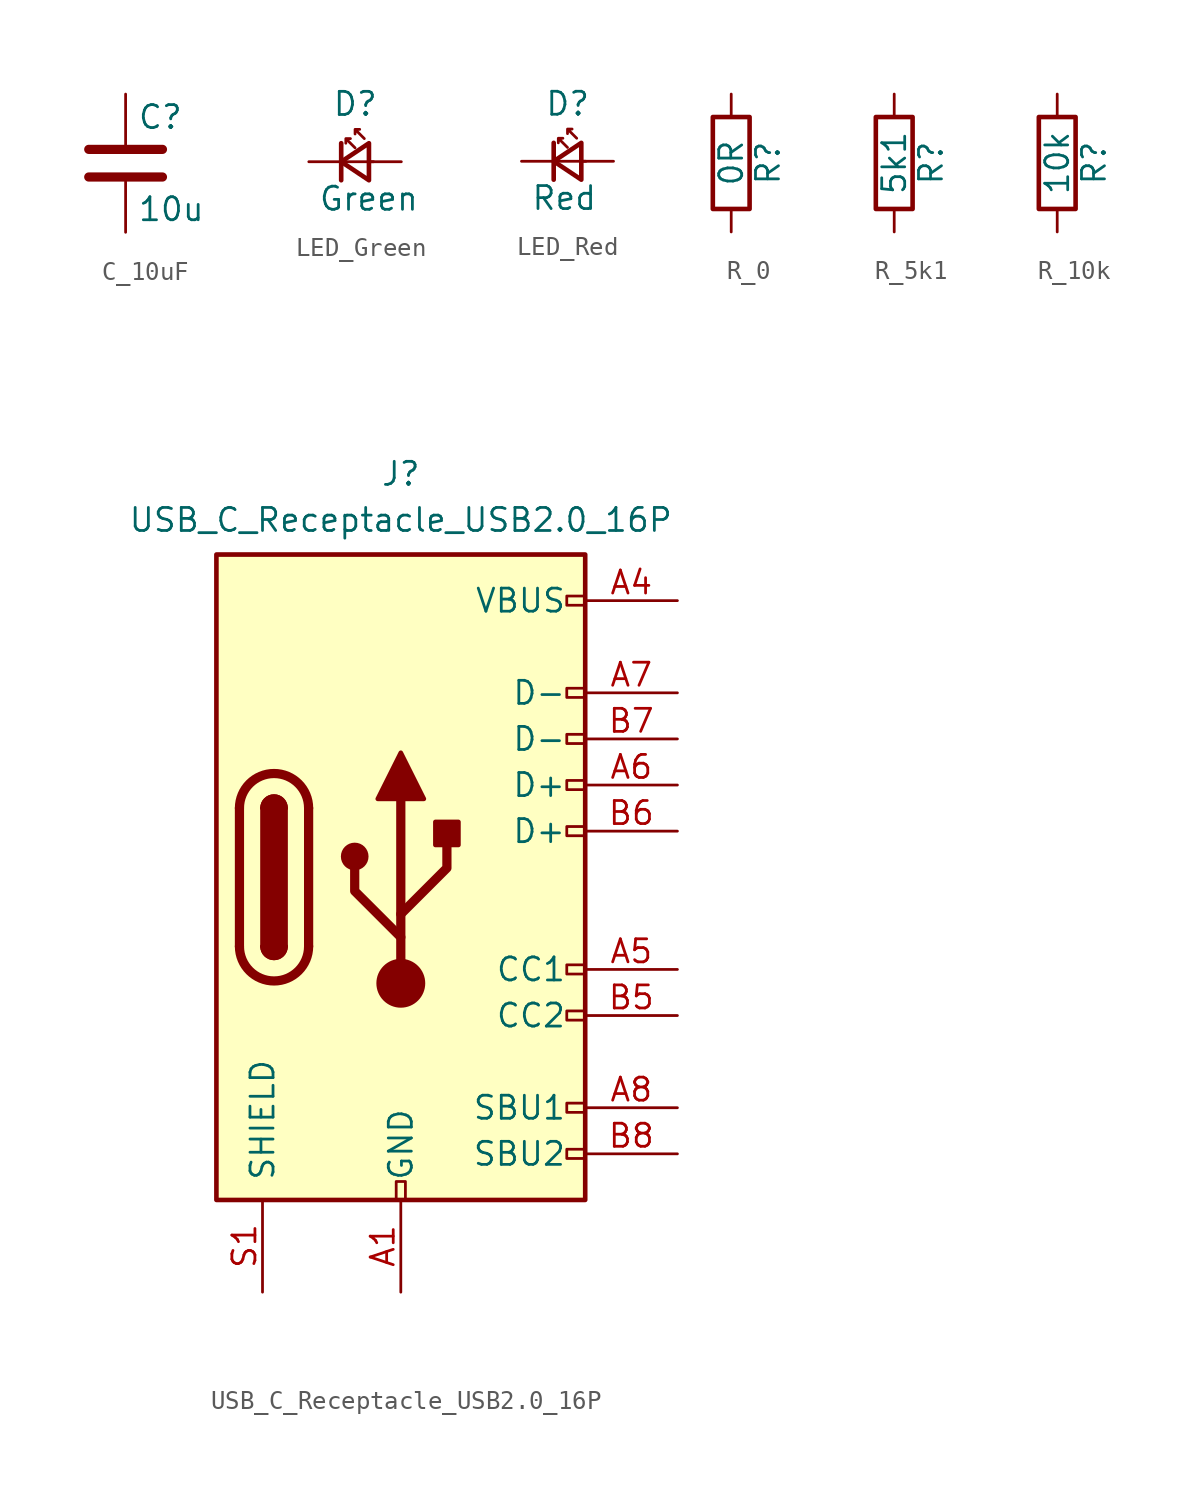
<source format=kicad_sym>
(kicad_symbol_lib
  (version 20241209)
  (generator "kicad_symbol_editor")
  (generator_version "9.0")
  (symbol "C_10uF"
    (pin_numbers
      (hide yes))
    (pin_names
      (offset 0.254))
    (property "Reference" "C"
      (at 0.635 2.54 0)
      (effects (font (size 1.27 1.27)) (justify left)))
    (property "Value" "10u"
      (at 0.635 -2.54 0)
      (effects (font (size 1.27 1.27)) (justify left)))
    (symbol "C_10uF_0_1"
      (polyline (pts (xy -2.032 0.762) (xy 2.032 0.762)) (stroke (width 0.508) (type default)) (fill (type none)))
      (polyline (pts (xy -2.032 -0.762) (xy 2.032 -0.762)) (stroke (width 0.508) (type default)) (fill (type none))))
    (symbol "C_10uF_1_1"
      (pin passive line (at 0 3.81 270) (length 2.794) (name "~" (effects (font (size 1.27 1.27)))) (number "1" (effects (font (size 1.27 1.27)))))
      (pin passive line (at 0 -3.81 90) (length 2.794) (name "~" (effects (font (size 1.27 1.27)))) (number "2" (effects (font (size 1.27 1.27)))))))
  (symbol "LED_Green"
    (pin_numbers
      (hide yes))
    (pin_names
      (offset 0.254)
      (hide yes))
    (property "Reference" "D"
      (at -1.27 3.175 0)
      (effects (font (size 1.27 1.27)) (justify left)))
    (property "Value" "Green"
      (at -2.032 -2.032 0)
      (effects (font (size 1.27 1.27)) (justify left)))
    (symbol "LED_Green_0_1"
      (polyline (pts (xy -0.762 -1.016) (xy -0.762 1.016)) (stroke (width 0.254) (type default)) (fill (type none)))
      (polyline (pts (xy 0 0.762) (xy -0.508 1.27) (xy -0.254 1.27) (xy -0.508 1.27) (xy -0.508 1.016)) (stroke (width 0) (type default)) (fill (type none)))
      (polyline (pts (xy 0.508 1.27) (xy 0 1.778) (xy 0.254 1.778) (xy 0 1.778) (xy 0 1.524)) (stroke (width 0) (type default)) (fill (type none)))
      (polyline (pts (xy 0.762 -1.016) (xy -0.762 0) (xy 0.762 1.016) (xy 0.762 -1.016)) (stroke (width 0.254) (type default)) (fill (type none)))
      (polyline (pts (xy 1.016 0) (xy -0.762 0)) (stroke (width 0) (type default)) (fill (type none))))
    (symbol "LED_Green_1_1"
      (pin passive line (at -2.54 0 0) (length 1.778) (name "K" (effects (font (size 1.27 1.27)))) (number "1" (effects (font (size 1.27 1.27)))))
      (pin passive line (at 2.54 0 180) (length 1.778) (name "A" (effects (font (size 1.27 1.27)))) (number "2" (effects (font (size 1.27 1.27)))))))
  (symbol "LED_Red"
    (pin_numbers
      (hide yes))
    (pin_names
      (offset 0.254)
      (hide yes))
    (property "Reference" "D"
      (at -1.27 3.175 0)
      (effects (font (size 1.27 1.27)) (justify left)))
    (property "Value" "Red"
      (at -2.032 -2.032 0)
      (effects (font (size 1.27 1.27)) (justify left)))
    (symbol "LED_Red_0_1"
      (polyline (pts (xy -0.762 -1.016) (xy -0.762 1.016)) (stroke (width 0.254) (type default)) (fill (type none)))
      (polyline (pts (xy 0 0.762) (xy -0.508 1.27) (xy -0.254 1.27) (xy -0.508 1.27) (xy -0.508 1.016)) (stroke (width 0) (type default)) (fill (type none)))
      (polyline (pts (xy 0.508 1.27) (xy 0 1.778) (xy 0.254 1.778) (xy 0 1.778) (xy 0 1.524)) (stroke (width 0) (type default)) (fill (type none)))
      (polyline (pts (xy 0.762 -1.016) (xy -0.762 0) (xy 0.762 1.016) (xy 0.762 -1.016)) (stroke (width 0.254) (type default)) (fill (type none)))
      (polyline (pts (xy 1.016 0) (xy -0.762 0)) (stroke (width 0) (type default)) (fill (type none))))
    (symbol "LED_Red_1_1"
      (pin passive line (at -2.54 0 0) (length 1.778) (name "K" (effects (font (size 1.27 1.27)))) (number "1" (effects (font (size 1.27 1.27)))))
      (pin passive line (at 2.54 0 180) (length 1.778) (name "A" (effects (font (size 1.27 1.27)))) (number "2" (effects (font (size 1.27 1.27)))))))
  (symbol "R_0"
    (pin_numbers
      (hide yes))
    (pin_names
      (offset 0))
    (property "Reference" "R"
      (at 2.032 0 90)
      (effects (font (size 1.27 1.27))))
    (property "Value" "0R"
      (at 0 0 90)
      (effects (font (size 1.27 1.27))))
    (symbol "R_0_0_1"
      (rectangle (start -1.016 -2.54) (end 1.016 2.54) (stroke (width 0.254) (type default)) (fill (type none))))
    (symbol "R_0_1_1"
      (pin passive line (at 0 3.81 270) (length 1.27) (name "~" (effects (font (size 1.27 1.27)))) (number "1" (effects (font (size 1.27 1.27)))))
      (pin passive line (at 0 -3.81 90) (length 1.27) (name "~" (effects (font (size 1.27 1.27)))) (number "2" (effects (font (size 1.27 1.27)))))))
  (symbol "R_5k1"
    (pin_numbers
      (hide yes))
    (pin_names
      (offset 0))
    (property "Reference" "R"
      (at 2.032 0 90)
      (effects (font (size 1.27 1.27))))
    (property "Value" "5k1"
      (at 0 0 90)
      (effects (font (size 1.27 1.27))))
    (symbol "R_5k1_0_1"
      (rectangle (start -1.016 -2.54) (end 1.016 2.54) (stroke (width 0.254) (type default)) (fill (type none))))
    (symbol "R_5k1_1_1"
      (pin passive line (at 0 3.81 270) (length 1.27) (name "~" (effects (font (size 1.27 1.27)))) (number "1" (effects (font (size 1.27 1.27)))))
      (pin passive line (at 0 -3.81 90) (length 1.27) (name "~" (effects (font (size 1.27 1.27)))) (number "2" (effects (font (size 1.27 1.27)))))))
  (symbol "R_10k"
    (pin_numbers
      (hide yes))
    (pin_names
      (offset 0))
    (property "Reference" "R"
      (at 2.032 0 90)
      (effects (font (size 1.27 1.27))))
    (property "Value" "10k"
      (at 0 0 90)
      (effects (font (size 1.27 1.27))))
    (symbol "R_10k_0_1"
      (rectangle (start -1.016 -2.54) (end 1.016 2.54) (stroke (width 0.254) (type default)) (fill (type none))))
    (symbol "R_10k_1_1"
      (pin passive line (at 0 3.81 270) (length 1.27) (name "~" (effects (font (size 1.27 1.27)))) (number "1" (effects (font (size 1.27 1.27)))))
      (pin passive line (at 0 -3.81 90) (length 1.27) (name "~" (effects (font (size 1.27 1.27)))) (number "2" (effects (font (size 1.27 1.27)))))))
  (symbol "USB_C_Receptacle_USB2.0_16P"
    (pin_names
      (offset 1.016))
    (property "Reference" "J"
      (at 0 22.225 0)
      (effects (font (size 1.27 1.27))))
    (property "Value" "USB_C_Receptacle_USB2.0_16P"
      (at 0 19.685 0)
      (effects (font (size 1.27 1.27))))
    (symbol "USB_C_Receptacle_USB2.0_16P_0_0"
      (rectangle (start -0.254 -17.78) (end 0.254 -16.764) (stroke (width 0) (type default)) (fill (type none)))
      (rectangle (start 10.16 15.494) (end 9.144 14.986) (stroke (width 0) (type default)) (fill (type none)))
      (rectangle (start 10.16 10.414) (end 9.144 9.906) (stroke (width 0) (type default)) (fill (type none)))
      (rectangle (start 10.16 7.874) (end 9.144 7.366) (stroke (width 0) (type default)) (fill (type none)))
      (rectangle (start 10.16 5.334) (end 9.144 4.826) (stroke (width 0) (type default)) (fill (type none)))
      (rectangle (start 10.16 2.794) (end 9.144 2.286) (stroke (width 0) (type default)) (fill (type none)))
      (rectangle (start 10.16 -4.826) (end 9.144 -5.334) (stroke (width 0) (type default)) (fill (type none)))
      (rectangle (start 10.16 -7.366) (end 9.144 -7.874) (stroke (width 0) (type default)) (fill (type none)))
      (rectangle (start 10.16 -12.446) (end 9.144 -12.954) (stroke (width 0) (type default)) (fill (type none)))
      (rectangle (start 10.16 -14.986) (end 9.144 -15.494) (stroke (width 0) (type default)) (fill (type none))))
    (symbol "USB_C_Receptacle_USB2.0_16P_0_1"
      (rectangle (start -10.16 17.78) (end 10.16 -17.78) (stroke (width 0.254) (type default)) (fill (type background)))
      (polyline (pts (xy -8.89 -3.81) (xy -8.89 3.81)) (stroke (width 0.508) (type default)) (fill (type none)))
      (rectangle (start -7.62 -3.81) (end -6.35 3.81) (stroke (width 0.254) (type default)) (fill (type outline)))
      (arc (start -7.62 3.81) (mid -6.985 4.4423) (end -6.35 3.81) (stroke (width 0.254) (type default)) (fill (type none)))
      (arc (start -7.62 3.81) (mid -6.985 4.4423) (end -6.35 3.81) (stroke (width 0.254) (type default)) (fill (type outline)))
      (arc (start -8.89 3.81) (mid -6.985 5.7067) (end -5.08 3.81) (stroke (width 0.508) (type default)) (fill (type none)))
      (arc (start -5.08 -3.81) (mid -6.985 -5.7067) (end -8.89 -3.81) (stroke (width 0.508) (type default)) (fill (type none)))
      (arc (start -6.35 -3.81) (mid -6.985 -4.4423) (end -7.62 -3.81) (stroke (width 0.254) (type default)) (fill (type none)))
      (arc (start -6.35 -3.81) (mid -6.985 -4.4423) (end -7.62 -3.81) (stroke (width 0.254) (type default)) (fill (type outline)))
      (polyline (pts (xy -5.08 3.81) (xy -5.08 -3.81)) (stroke (width 0.508) (type default)) (fill (type none)))
      (circle (center -2.54 1.143) (radius 0.635) (stroke (width 0.254) (type default)) (fill (type outline)))
      (polyline (pts (xy -1.27 4.318) (xy 0 6.858) (xy 1.27 4.318) (xy -1.27 4.318)) (stroke (width 0.254) (type default)) (fill (type outline)))
      (polyline (pts (xy 0 -2.032) (xy 2.54 0.508) (xy 2.54 1.778)) (stroke (width 0.508) (type default)) (fill (type none)))
      (polyline (pts (xy 0 -3.302) (xy -2.54 -0.762) (xy -2.54 0.508)) (stroke (width 0.508) (type default)) (fill (type none)))
      (polyline (pts (xy 0 -5.842) (xy 0 4.318)) (stroke (width 0.508) (type default)) (fill (type none)))
      (circle (center 0 -5.842) (radius 1.27) (stroke (width 0) (type default)) (fill (type outline)))
      (rectangle (start 1.905 1.778) (end 3.175 3.048) (stroke (width 0.254) (type default)) (fill (type outline))))
    (symbol "USB_C_Receptacle_USB2.0_16P_1_1"
      (pin passive line (at -7.62 -22.86 90) (length 5.08) (name "SHIELD" (effects (font (size 1.27 1.27)))) (number "S1" (effects (font (size 1.27 1.27)))))
      (pin passive line (at 0 -22.86 90) (length 5.08) (name "GND" (effects (font (size 1.27 1.27)))) (number "A1" (effects (font (size 1.27 1.27)))))
      (pin passive line (at 0 -22.86 90) (length 5.08) (hide yes) (name "GND" (effects (font (size 1.27 1.27)))) (number "A12" (effects (font (size 1.27 1.27)))))
      (pin passive line (at 0 -22.86 90) (length 5.08) (hide yes) (name "GND" (effects (font (size 1.27 1.27)))) (number "B1" (effects (font (size 1.27 1.27)))))
      (pin passive line (at 0 -22.86 90) (length 5.08) (hide yes) (name "GND" (effects (font (size 1.27 1.27)))) (number "B12" (effects (font (size 1.27 1.27)))))
      (pin passive line (at 15.24 15.24 180) (length 5.08) (name "VBUS" (effects (font (size 1.27 1.27)))) (number "A4" (effects (font (size 1.27 1.27)))))
      (pin passive line (at 15.24 15.24 180) (length 5.08) (hide yes) (name "VBUS" (effects (font (size 1.27 1.27)))) (number "A9" (effects (font (size 1.27 1.27)))))
      (pin passive line (at 15.24 15.24 180) (length 5.08) (hide yes) (name "VBUS" (effects (font (size 1.27 1.27)))) (number "B4" (effects (font (size 1.27 1.27)))))
      (pin passive line (at 15.24 15.24 180) (length 5.08) (hide yes) (name "VBUS" (effects (font (size 1.27 1.27)))) (number "B9" (effects (font (size 1.27 1.27)))))
      (pin bidirectional line (at 15.24 10.16 180) (length 5.08) (name "D-" (effects (font (size 1.27 1.27)))) (number "A7" (effects (font (size 1.27 1.27)))))
      (pin bidirectional line (at 15.24 7.62 180) (length 5.08) (name "D-" (effects (font (size 1.27 1.27)))) (number "B7" (effects (font (size 1.27 1.27)))))
      (pin bidirectional line (at 15.24 5.08 180) (length 5.08) (name "D+" (effects (font (size 1.27 1.27)))) (number "A6" (effects (font (size 1.27 1.27)))))
      (pin bidirectional line (at 15.24 2.54 180) (length 5.08) (name "D+" (effects (font (size 1.27 1.27)))) (number "B6" (effects (font (size 1.27 1.27)))))
      (pin bidirectional line (at 15.24 -5.08 180) (length 5.08) (name "CC1" (effects (font (size 1.27 1.27)))) (number "A5" (effects (font (size 1.27 1.27)))))
      (pin bidirectional line (at 15.24 -7.62 180) (length 5.08) (name "CC2" (effects (font (size 1.27 1.27)))) (number "B5" (effects (font (size 1.27 1.27)))))
      (pin bidirectional line (at 15.24 -12.7 180) (length 5.08) (name "SBU1" (effects (font (size 1.27 1.27)))) (number "A8" (effects (font (size 1.27 1.27)))))
      (pin bidirectional line (at 15.24 -15.24 180) (length 5.08) (name "SBU2" (effects (font (size 1.27 1.27)))) (number "B8" (effects (font (size 1.27 1.27))))))))
</source>
